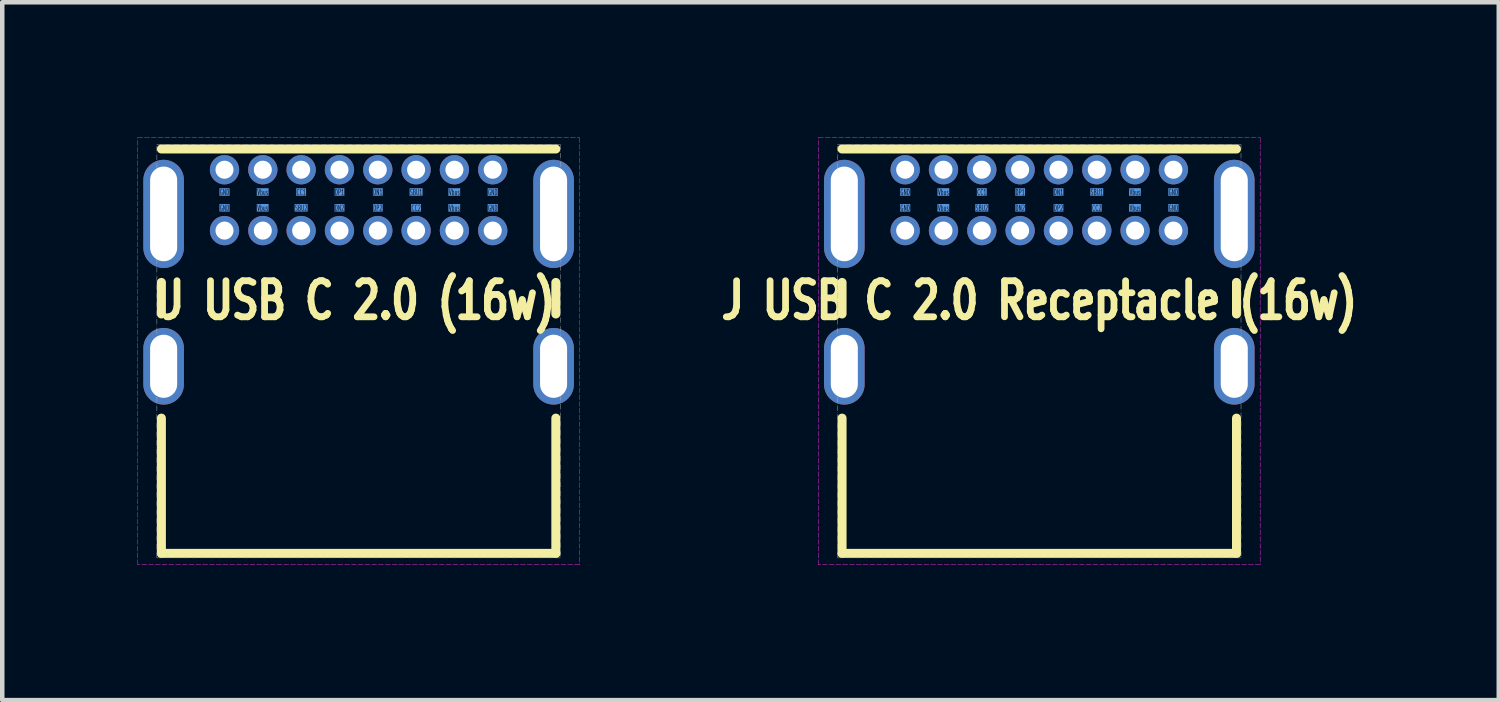
<source format=kicad_pcb>
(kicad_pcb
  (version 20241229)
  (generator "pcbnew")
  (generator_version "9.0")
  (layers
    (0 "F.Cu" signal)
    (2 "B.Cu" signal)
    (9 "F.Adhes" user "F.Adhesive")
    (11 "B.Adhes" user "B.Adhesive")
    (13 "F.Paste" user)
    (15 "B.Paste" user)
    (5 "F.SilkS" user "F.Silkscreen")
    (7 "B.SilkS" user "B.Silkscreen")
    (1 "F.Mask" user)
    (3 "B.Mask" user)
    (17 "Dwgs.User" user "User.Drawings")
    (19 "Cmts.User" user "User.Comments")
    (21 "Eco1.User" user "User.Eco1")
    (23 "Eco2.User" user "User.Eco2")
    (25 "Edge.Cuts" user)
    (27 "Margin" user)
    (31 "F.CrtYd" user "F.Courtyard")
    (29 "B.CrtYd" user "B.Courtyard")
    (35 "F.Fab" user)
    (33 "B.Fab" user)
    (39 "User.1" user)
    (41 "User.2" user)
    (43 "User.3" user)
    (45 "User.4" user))
  (footprint "J USB C 2.0 (16w)"
    (layer "F.Cu")
    (at 4.905 0.715)
    (property "Reference" "J USB C 2.0 (16w)" (at 0 2.9 0) (layer "F.SilkS") (effects (font (size 0.8 0.6) (thickness 0.15))))
    (attr smd)
    (fp_line (start -4.375 -0.46) (end 4.375 -0.46) (stroke (width 0.2) (type default)) (layer "F.SilkS"))
    (fp_line (start -4.375 2.5) (end -4.375 3.2) (stroke (width 0.2) (type default)) (layer "F.SilkS"))
    (fp_line (start -4.375 5.51) (end -4.375 8.51) (stroke (width 0.2) (type default)) (layer "F.SilkS"))
    (fp_line (start -4.375 8.51) (end 4.375 8.51) (stroke (width 0.2) (type default)) (layer "F.SilkS"))
    (fp_line (start 4.375 2.5) (end 4.375 3.2) (stroke (width 0.2) (type default)) (layer "F.SilkS"))
    (fp_line (start 4.375 5.51) (end 4.375 8.51) (stroke (width 0.2) (type default)) (layer "F.SilkS"))
    (fp_rect (start -4.9 -0.71) (end 4.9 8.76) (stroke (width 0.01) (type dash)) (fill no) (layer "F.CrtYd"))
    (fp_rect (start -4.475 -0.56) (end 4.475 8.61) (stroke (width 0.01) (type dash_dot)) (fill no) (layer "F.Fab"))
    (fp_text user "Vbus" (at -2.125 0.5 0) (layer "Cmts.User" knockout) (effects (font (size 0.13 0.07) (thickness 0.01) (bold yes))))
    (fp_text user "Vbus" (at -2.125 0.85 0) (layer "Cmts.User" knockout) (effects (font (size 0.13 0.07) (thickness 0.01) (bold yes))))
    (fp_text user "SBU1" (at 1.275 0.5 0) (layer "Cmts.User" knockout) (effects (font (size 0.13 0.07) (thickness 0.01) (bold yes))))
    (fp_text user "DP1" (at -0.425 0.5 0) (layer "Cmts.User" knockout) (effects (font (size 0.13 0.07) (thickness 0.01) (bold yes))))
    (fp_text user "CC1" (at -1.275 0.5 0) (layer "Cmts.User" knockout) (effects (font (size 0.13 0.07) (thickness 0.01) (bold yes))))
    (fp_text user "GND" (at 2.975 0.5 0) (layer "Cmts.User" knockout) (effects (font (size 0.13 0.07) (thickness 0.01) (bold yes))))
    (fp_text user "Vbus" (at 2.125 0.85 0) (layer "Cmts.User" knockout) (effects (font (size 0.13 0.07) (thickness 0.01) (bold yes))))
    (fp_text user "GND" (at -2.975 0.5 0) (layer "Cmts.User" knockout) (effects (font (size 0.13 0.07) (thickness 0.01) (bold yes))))
    (fp_text user "GND" (at 2.975 0.85 0) (layer "Cmts.User" knockout) (effects (font (size 0.13 0.07) (thickness 0.01) (bold yes))))
    (fp_text user "SBU2" (at -1.275 0.85 0) (layer "Cmts.User" knockout) (effects (font (size 0.13 0.07) (thickness 0.01) (bold yes))))
    (fp_text user "CC2" (at 1.275 0.85 0) (layer "Cmts.User" knockout) (effects (font (size 0.13 0.07) (thickness 0.01) (bold yes))))
    (fp_text user "GND" (at -2.975 0.85 0) (layer "Cmts.User" knockout) (effects (font (size 0.13 0.07) (thickness 0.01) (bold yes))))
    (fp_text user "DP2" (at 0.425 0.85 0) (layer "Cmts.User" knockout) (effects (font (size 0.13 0.07) (thickness 0.01) (bold yes))))
    (fp_text user "DN1" (at 0.425 0.5 0) (layer "Cmts.User" knockout) (effects (font (size 0.13 0.07) (thickness 0.01) (bold yes))))
    (fp_text user "Vbus" (at 2.125 0.5 0) (layer "Cmts.User" knockout) (effects (font (size 0.13 0.07) (thickness 0.01) (bold yes))))
    (fp_text user "DN2" (at -0.425 0.85 0) (layer "Cmts.User" knockout) (effects (font (size 0.13 0.07) (thickness 0.01) (bold yes))))
    (pad "A01" thru_hole circle (at -2.975 0) (size 0.65 0.65) (drill 0.4) (layers "*.Cu" "*.Mask" "F.Paste"))
    (pad "A04" thru_hole circle (at -2.125 0) (size 0.65 0.65) (drill 0.4) (layers "*.Cu" "*.Mask" "F.Paste"))
    (pad "A05" thru_hole circle (at -1.275 0) (size 0.65 0.65) (drill 0.4) (layers "*.Cu" "*.Mask" "F.Paste"))
    (pad "A06" thru_hole circle (at -0.425 0) (size 0.65 0.65) (drill 0.4) (layers "*.Cu" "*.Mask" "F.Paste"))
    (pad "A07" thru_hole circle (at 0.425 0) (size 0.65 0.65) (drill 0.4) (layers "*.Cu" "*.Mask" "F.Paste"))
    (pad "A08" thru_hole circle (at 1.275 0) (size 0.65 0.65) (drill 0.4) (layers "*.Cu" "*.Mask" "F.Paste"))
    (pad "A09" thru_hole circle (at 2.125 0) (size 0.65 0.65) (drill 0.4) (layers "*.Cu" "*.Mask" "F.Paste"))
    (pad "A12" thru_hole circle (at 2.975 0) (size 0.65 0.65) (drill 0.4) (layers "*.Cu" "*.Mask" "F.Paste"))
    (pad "B01" thru_hole circle (at 2.975 1.35) (size 0.65 0.65) (drill 0.4) (layers "*.Cu" "*.Mask" "F.Paste"))
    (pad "B04" thru_hole circle (at 2.125 1.35) (size 0.65 0.65) (drill 0.4) (layers "*.Cu" "*.Mask" "F.Paste"))
    (pad "B05" thru_hole circle (at 1.275 1.35) (size 0.65 0.65) (drill 0.4) (layers "*.Cu" "*.Mask" "F.Paste"))
    (pad "B06" thru_hole circle (at 0.425 1.35) (size 0.65 0.65) (drill 0.4) (layers "*.Cu" "*.Mask" "F.Paste"))
    (pad "B07" thru_hole circle (at -0.425 1.35) (size 0.65 0.65) (drill 0.4) (layers "*.Cu" "*.Mask" "F.Paste"))
    (pad "B10" thru_hole circle (at -1.275 1.35) (size 0.65 0.65) (drill 0.4) (layers "*.Cu" "*.Mask" "F.Paste"))
    (pad "B11" thru_hole circle (at -2.125 1.35) (size 0.65 0.65) (drill 0.4) (layers "*.Cu" "*.Mask" "F.Paste"))
    (pad "B12" thru_hole circle (at -2.975 1.35) (size 0.65 0.65) (drill 0.4) (layers "*.Cu" "*.Mask" "F.Paste"))
    (pad "S" thru_hole oval (at -4.325 0.98) (size 0.9 2.4) (drill oval 0.6 2.1) (layers "*.Cu" "*.Mask" "F.Paste"))
    (pad "S" thru_hole oval (at -4.325 4.36) (size 0.9 1.7) (drill oval 0.6 1.4) (layers "*.Cu" "*.Mask" "F.Paste"))
    (pad "S" thru_hole oval (at 4.325 0.98) (size 0.9 2.4) (drill oval 0.6 2.1) (layers "*.Cu" "*.Mask" "F.Paste"))
    (pad "S" thru_hole oval (at 4.325 4.36) (size 0.9 1.7) (drill oval 0.6 1.4) (layers "*.Cu" "*.Mask" "F.Paste")))
  (footprint "J USB C 2.0 Receptacle (16w)"
    (layer "F.Cu")
    (at 20.004 0.715)
    (property "Reference" "J USB C 2.0 Receptacle (16w)" (at 0 2.9 0) (layer "F.SilkS") (effects (font (size 0.8 0.6) (thickness 0.15))))
    (attr smd)
    (fp_line (start -4.375 -0.46) (end 4.375 -0.46) (stroke (width 0.2) (type default)) (layer "F.SilkS"))
    (fp_line (start -4.375 2.5) (end -4.375 3.2) (stroke (width 0.2) (type default)) (layer "F.SilkS"))
    (fp_line (start -4.375 5.51) (end -4.375 8.51) (stroke (width 0.2) (type default)) (layer "F.SilkS"))
    (fp_line (start -4.375 8.51) (end 4.375 8.51) (stroke (width 0.2) (type default)) (layer "F.SilkS"))
    (fp_line (start 4.375 2.5) (end 4.375 3.2) (stroke (width 0.2) (type default)) (layer "F.SilkS"))
    (fp_line (start 4.375 5.51) (end 4.375 8.51) (stroke (width 0.2) (type default)) (layer "F.SilkS"))
    (fp_rect (start -4.9 -0.71) (end 4.9 8.76) (stroke (width 0.01) (type dash)) (fill no) (layer "F.CrtYd"))
    (fp_rect (start -4.475 -0.56) (end 4.475 8.61) (stroke (width 0.01) (type dash_dot)) (fill no) (layer "F.Fab"))
    (fp_text user "GND" (at 2.975 0.5 0) (layer "Cmts.User" knockout) (effects (font (size 0.13 0.07) (thickness 0.01) (bold yes))))
    (fp_text user "CC2" (at 1.275 0.85 0) (layer "Cmts.User" knockout) (effects (font (size 0.13 0.07) (thickness 0.01) (bold yes))))
    (fp_text user "Vbus" (at 2.125 0.85 0) (layer "Cmts.User" knockout) (effects (font (size 0.13 0.07) (thickness 0.01) (bold yes))))
    (fp_text user "CC1" (at -1.275 0.5 0) (layer "Cmts.User" knockout) (effects (font (size 0.13 0.07) (thickness 0.01) (bold yes))))
    (fp_text user "GND" (at 2.975 0.85 0) (layer "Cmts.User" knockout) (effects (font (size 0.13 0.07) (thickness 0.01) (bold yes))))
    (fp_text user "DP1" (at -0.425 0.5 0) (layer "Cmts.User" knockout) (effects (font (size 0.13 0.07) (thickness 0.01) (bold yes))))
    (fp_text user "Vbus" (at 2.125 0.5 0) (layer "Cmts.User" knockout) (effects (font (size 0.13 0.07) (thickness 0.01) (bold yes))))
    (fp_text user "GND" (at -2.975 0.5 0) (layer "Cmts.User" knockout) (effects (font (size 0.13 0.07) (thickness 0.01) (bold yes))))
    (fp_text user "DP2" (at 0.425 0.85 0) (layer "Cmts.User" knockout) (effects (font (size 0.13 0.07) (thickness 0.01) (bold yes))))
    (fp_text user "DN2" (at -0.425 0.85 0) (layer "Cmts.User" knockout) (effects (font (size 0.13 0.07) (thickness 0.01) (bold yes))))
    (fp_text user "SBU2" (at -1.275 0.85 0) (layer "Cmts.User" knockout) (effects (font (size 0.13 0.07) (thickness 0.01) (bold yes))))
    (fp_text user "DN1" (at 0.425 0.5 0) (layer "Cmts.User" knockout) (effects (font (size 0.13 0.07) (thickness 0.01) (bold yes))))
    (fp_text user "SBU1" (at 1.275 0.5 0) (layer "Cmts.User" knockout) (effects (font (size 0.13 0.07) (thickness 0.01) (bold yes))))
    (fp_text user "Vbus" (at -2.125 0.5 0) (layer "Cmts.User" knockout) (effects (font (size 0.13 0.07) (thickness 0.01) (bold yes))))
    (fp_text user "GND" (at -2.975 0.85 0) (layer "Cmts.User" knockout) (effects (font (size 0.13 0.07) (thickness 0.01) (bold yes))))
    (fp_text user "Vbus" (at -2.125 0.85 0) (layer "Cmts.User" knockout) (effects (font (size 0.13 0.07) (thickness 0.01) (bold yes))))
    (pad "A01" thru_hole circle (at -2.975 0) (size 0.65 0.65) (drill 0.4) (layers "*.Cu" "*.Mask" "F.Paste"))
    (pad "A04" thru_hole circle (at -2.125 0) (size 0.65 0.65) (drill 0.4) (layers "*.Cu" "*.Mask" "F.Paste"))
    (pad "A05" thru_hole circle (at -1.275 0) (size 0.65 0.65) (drill 0.4) (layers "*.Cu" "*.Mask" "F.Paste"))
    (pad "A06" thru_hole circle (at -0.425 0) (size 0.65 0.65) (drill 0.4) (layers "*.Cu" "*.Mask" "F.Paste"))
    (pad "A07" thru_hole circle (at 0.425 0) (size 0.65 0.65) (drill 0.4) (layers "*.Cu" "*.Mask" "F.Paste"))
    (pad "A08" thru_hole circle (at 1.275 0) (size 0.65 0.65) (drill 0.4) (layers "*.Cu" "*.Mask" "F.Paste"))
    (pad "A09" thru_hole circle (at 2.125 0) (size 0.65 0.65) (drill 0.4) (layers "*.Cu" "*.Mask" "F.Paste"))
    (pad "A12" thru_hole circle (at 2.975 0) (size 0.65 0.65) (drill 0.4) (layers "*.Cu" "*.Mask" "F.Paste"))
    (pad "B01" thru_hole circle (at 2.975 1.35) (size 0.65 0.65) (drill 0.4) (layers "*.Cu" "*.Mask" "F.Paste"))
    (pad "B04" thru_hole circle (at 2.125 1.35) (size 0.65 0.65) (drill 0.4) (layers "*.Cu" "*.Mask" "F.Paste"))
    (pad "B05" thru_hole circle (at 1.275 1.35) (size 0.65 0.65) (drill 0.4) (layers "*.Cu" "*.Mask" "F.Paste"))
    (pad "B06" thru_hole circle (at 0.425 1.35) (size 0.65 0.65) (drill 0.4) (layers "*.Cu" "*.Mask" "F.Paste"))
    (pad "B07" thru_hole circle (at -0.425 1.35) (size 0.65 0.65) (drill 0.4) (layers "*.Cu" "*.Mask" "F.Paste"))
    (pad "B10" thru_hole circle (at -1.275 1.35) (size 0.65 0.65) (drill 0.4) (layers "*.Cu" "*.Mask" "F.Paste"))
    (pad "B11" thru_hole circle (at -2.125 1.35) (size 0.65 0.65) (drill 0.4) (layers "*.Cu" "*.Mask" "F.Paste"))
    (pad "B12" thru_hole circle (at -2.975 1.35) (size 0.65 0.65) (drill 0.4) (layers "*.Cu" "*.Mask" "F.Paste"))
    (pad "S" thru_hole oval (at -4.325 0.98) (size 0.9 2.4) (drill oval 0.6 2.1) (layers "*.Cu" "*.Mask" "F.Paste"))
    (pad "S" thru_hole oval (at -4.325 4.36) (size 0.9 1.7) (drill oval 0.6 1.4) (layers "*.Cu" "*.Mask" "F.Paste"))
    (pad "S" thru_hole oval (at 4.325 0.98) (size 0.9 2.4) (drill oval 0.6 2.1) (layers "*.Cu" "*.Mask" "F.Paste"))
    (pad "S" thru_hole oval (at 4.325 4.36) (size 0.9 1.7) (drill oval 0.6 1.4) (layers "*.Cu" "*.Mask" "F.Paste")))
  (gr_rect
    (start -3 -3)
    (end 30.197 12.48)
    (stroke (width 0.1) (type default))
    (fill no)
    (layer "Edge.Cuts")))
</source>
